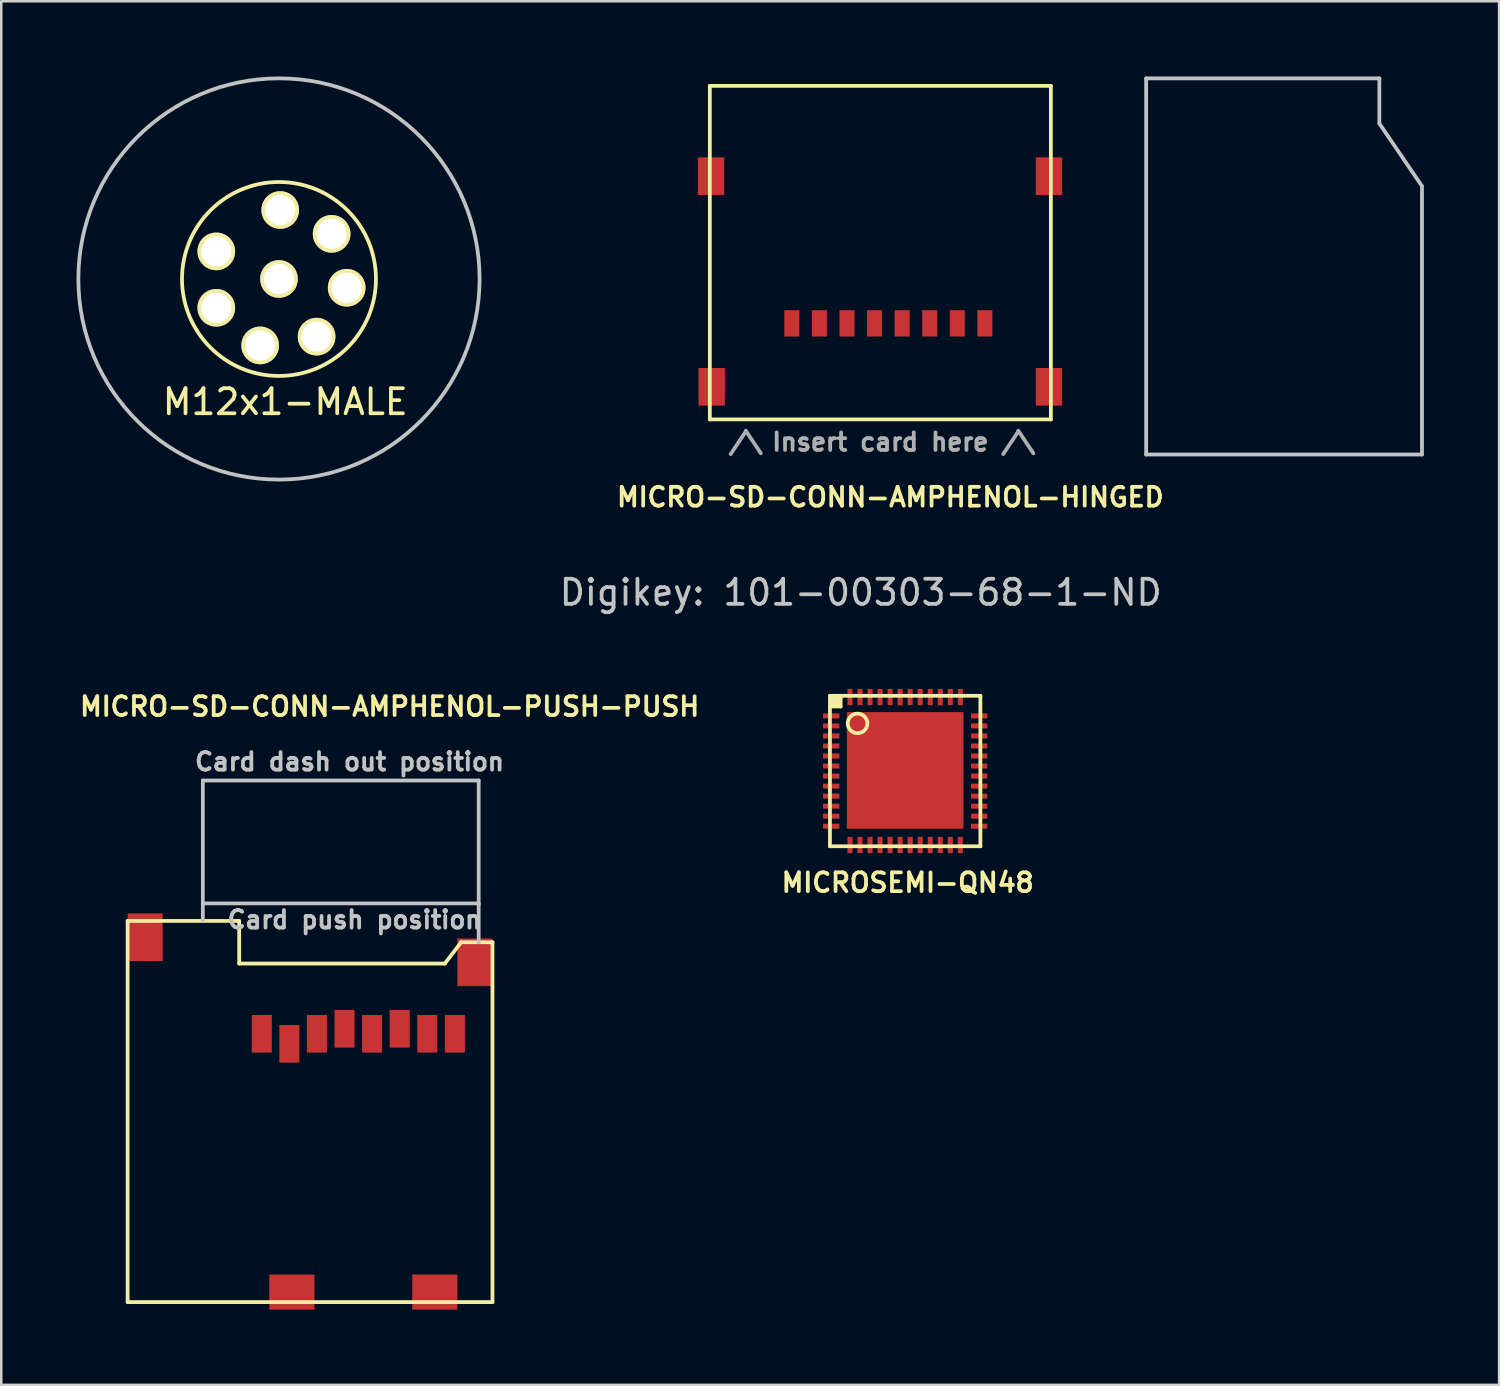
<source format=kicad_pcb>
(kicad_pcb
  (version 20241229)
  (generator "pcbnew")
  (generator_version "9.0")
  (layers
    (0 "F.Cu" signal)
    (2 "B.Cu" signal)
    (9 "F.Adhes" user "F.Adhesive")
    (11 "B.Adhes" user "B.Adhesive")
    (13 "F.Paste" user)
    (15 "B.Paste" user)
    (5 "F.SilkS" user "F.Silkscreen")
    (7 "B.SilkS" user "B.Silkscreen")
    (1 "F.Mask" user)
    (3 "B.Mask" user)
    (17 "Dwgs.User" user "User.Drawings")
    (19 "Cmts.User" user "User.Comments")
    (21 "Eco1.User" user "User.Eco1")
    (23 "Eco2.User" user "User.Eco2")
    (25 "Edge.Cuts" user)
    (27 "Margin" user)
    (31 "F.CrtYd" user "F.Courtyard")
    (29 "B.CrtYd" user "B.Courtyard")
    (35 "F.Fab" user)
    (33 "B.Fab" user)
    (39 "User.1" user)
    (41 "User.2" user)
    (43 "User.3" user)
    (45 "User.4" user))
  (footprint "M12x1-MALE"
    (layer "F.Cu")
    (at 8.075 8.075)
    (property "Reference" "M12x1-MALE" (at 0.25 4.9 0) (layer "F.SilkS") (effects (font (size 1 1) (thickness 0.15))))
    (attr through_hole)
    (fp_circle (center 0 0) (end 2.95 2.5) (stroke (width 0.15) (type solid)) (fill no) (layer "F.SilkS"))
    (fp_circle (center 0 0) (end 8 0) (stroke (width 0.15) (type solid)) (fill no) (layer "Dwgs.User"))
    (pad "1" thru_hole circle (at -2.5 -1.1) (size 1.5 1.5) (drill 1.2) (layers "*.Cu" "*.Mask" "F.SilkS"))
    (pad "2" thru_hole circle (at 0.05 -2.75) (size 1.5 1.5) (drill 1.2) (layers "*.Cu" "*.Mask" "F.SilkS"))
    (pad "3" thru_hole circle (at 2.1 -1.8) (size 1.5 1.5) (drill 1.2) (layers "*.Cu" "*.Mask" "F.SilkS"))
    (pad "5" thru_hole circle (at 1.5 2.3) (size 1.5 1.5) (drill 1.2) (layers "*.Cu" "*.Mask" "F.SilkS"))
    (pad "5" thru_hole circle (at 2.7 0.35) (size 1.5 1.5) (drill 1.2) (layers "*.Cu" "*.Mask" "F.SilkS"))
    (pad "6" thru_hole circle (at -0.75 2.65) (size 1.5 1.5) (drill 1.2) (layers "*.Cu" "*.Mask" "F.SilkS"))
    (pad "7" thru_hole circle (at -2.5 1.15) (size 1.5 1.5) (drill 1.2) (layers "*.Cu" "*.Mask" "F.SilkS"))
    (pad "8" thru_hole circle (at 0 0) (size 1.5 1.5) (drill 1.2) (layers "*.Cu" "*.Mask" "F.SilkS")))
  (footprint "MICROSEMI-QN48"
    (layer "F.Cu")
    (at 33.046 27.698)
    (property "Reference" "MICROSEMI-QN48" (at 0.1 4.45 0) (layer "F.SilkS") (effects (font (size 0.75 0.75) (thickness 0.15))))
    (attr through_hole)
    (fp_line (start -3 -3) (end -3 3) (stroke (width 0.15) (type solid)) (layer "F.SilkS"))
    (fp_line (start -3 -3) (end 3 -3) (stroke (width 0.15) (type solid)) (layer "F.SilkS"))
    (fp_line (start -2.95 -2.575) (end -2.575 -2.575) (stroke (width 0.15) (type solid)) (layer "F.SilkS"))
    (fp_line (start -2.925 -2.9) (end -2.875 -2.675) (stroke (width 0.15) (type solid)) (layer "F.SilkS"))
    (fp_line (start -2.875 -2.675) (end -2.675 -2.7) (stroke (width 0.15) (type solid)) (layer "F.SilkS"))
    (fp_line (start -2.675 -2.825) (end -2.8 -2.775) (stroke (width 0.15) (type solid)) (layer "F.SilkS"))
    (fp_line (start -2.675 -2.7) (end -2.675 -2.825) (stroke (width 0.15) (type solid)) (layer "F.SilkS"))
    (fp_line (start -2.575 -2.9) (end -2.925 -2.9) (stroke (width 0.15) (type solid)) (layer "F.SilkS"))
    (fp_line (start -2.575 -2.575) (end -2.575 -2.9) (stroke (width 0.15) (type solid)) (layer "F.SilkS"))
    (fp_line (start 3 3) (end -3 3) (stroke (width 0.15) (type solid)) (layer "F.SilkS"))
    (fp_line (start 3 3) (end 3 -3) (stroke (width 0.15) (type solid)) (layer "F.SilkS"))
    (fp_circle (center -1.9 -1.9) (end -1.6 -1.65) (stroke (width 0.15) (type solid)) (fill no) (layer "F.SilkS"))
    (pad "1" smd rect (at -2.95 -2.2) (size 0.65 0.2) (layers "F.Cu" "F.Mask" "F.Paste"))
    (pad "2" smd rect (at -2.95 -1.8) (size 0.65 0.2) (layers "F.Cu" "F.Mask" "F.Paste"))
    (pad "3" smd rect (at -2.95 -1.4) (size 0.65 0.2) (layers "F.Cu" "F.Mask" "F.Paste"))
    (pad "4" smd rect (at -2.95 -1) (size 0.65 0.2) (layers "F.Cu" "F.Mask" "F.Paste"))
    (pad "5" smd rect (at -2.95 -0.6) (size 0.65 0.2) (layers "F.Cu" "F.Mask" "F.Paste"))
    (pad "6" smd rect (at -2.95 -0.2) (size 0.65 0.2) (layers "F.Cu" "F.Mask" "F.Paste"))
    (pad "7" smd rect (at -2.95 0.2) (size 0.65 0.2) (layers "F.Cu" "F.Mask" "F.Paste"))
    (pad "8" smd rect (at -2.95 0.6) (size 0.65 0.2) (layers "F.Cu" "F.Mask" "F.Paste"))
    (pad "9" smd rect (at -2.95 1) (size 0.65 0.2) (layers "F.Cu" "F.Mask" "F.Paste"))
    (pad "10" smd rect (at -2.95 1.4) (size 0.65 0.2) (layers "F.Cu" "F.Mask" "F.Paste"))
    (pad "11" smd rect (at -2.95 1.8) (size 0.65 0.2) (layers "F.Cu" "F.Mask" "F.Paste"))
    (pad "12" smd rect (at -2.95 2.2) (size 0.65 0.2) (layers "F.Cu" "F.Mask" "F.Paste"))
    (pad "13" smd rect (at -2.2 2.95) (size 0.2 0.65) (layers "F.Cu" "F.Mask" "F.Paste"))
    (pad "14" smd rect (at -1.8 2.95) (size 0.2 0.65) (layers "F.Cu" "F.Mask" "F.Paste"))
    (pad "15" smd rect (at -1.4 2.95) (size 0.2 0.65) (layers "F.Cu" "F.Mask" "F.Paste"))
    (pad "16" smd rect (at -1 2.95) (size 0.2 0.65) (layers "F.Cu" "F.Mask" "F.Paste"))
    (pad "17" smd rect (at -0.6 2.95) (size 0.2 0.65) (layers "F.Cu" "F.Mask" "F.Paste"))
    (pad "18" smd rect (at -0.2 2.95) (size 0.2 0.65) (layers "F.Cu" "F.Mask" "F.Paste"))
    (pad "19" smd rect (at 0.2 2.95) (size 0.2 0.65) (layers "F.Cu" "F.Mask" "F.Paste"))
    (pad "20" smd rect (at 0.6 2.95) (size 0.2 0.65) (layers "F.Cu" "F.Mask" "F.Paste"))
    (pad "21" smd rect (at 1 2.95) (size 0.2 0.65) (layers "F.Cu" "F.Mask" "F.Paste"))
    (pad "22" smd rect (at 1.4 2.95) (size 0.2 0.65) (layers "F.Cu" "F.Mask" "F.Paste"))
    (pad "23" smd rect (at 1.8 2.95) (size 0.2 0.65) (layers "F.Cu" "F.Mask" "F.Paste"))
    (pad "24" smd rect (at 2.2 2.95) (size 0.2 0.65) (layers "F.Cu" "F.Mask" "F.Paste"))
    (pad "25" smd rect (at 2.95 2.2) (size 0.65 0.2) (layers "F.Cu" "F.Mask" "F.Paste"))
    (pad "26" smd rect (at 2.95 1.8) (size 0.65 0.2) (layers "F.Cu" "F.Mask" "F.Paste"))
    (pad "27" smd rect (at 2.95 1.4) (size 0.65 0.2) (layers "F.Cu" "F.Mask" "F.Paste"))
    (pad "28" smd rect (at 2.95 1) (size 0.65 0.2) (layers "F.Cu" "F.Mask" "F.Paste"))
    (pad "29" smd rect (at 2.95 0.6) (size 0.65 0.2) (layers "F.Cu" "F.Mask" "F.Paste"))
    (pad "30" smd rect (at 2.95 0.2) (size 0.65 0.2) (layers "F.Cu" "F.Mask" "F.Paste"))
    (pad "31" smd rect (at 2.95 -0.2) (size 0.65 0.2) (layers "F.Cu" "F.Mask" "F.Paste"))
    (pad "32" smd rect (at 2.95 -0.6) (size 0.65 0.2) (layers "F.Cu" "F.Mask" "F.Paste"))
    (pad "33" smd rect (at 2.95 -1) (size 0.65 0.2) (layers "F.Cu" "F.Mask" "F.Paste"))
    (pad "34" smd rect (at 2.95 -1.4) (size 0.65 0.2) (layers "F.Cu" "F.Mask" "F.Paste"))
    (pad "35" smd rect (at 2.95 -1.8) (size 0.65 0.2) (layers "F.Cu" "F.Mask" "F.Paste"))
    (pad "36" smd rect (at 2.95 -2.2) (size 0.65 0.2) (layers "F.Cu" "F.Mask" "F.Paste"))
    (pad "37" smd rect (at 2.2 -2.95) (size 0.2 0.65) (layers "F.Cu" "F.Mask" "F.Paste"))
    (pad "38" smd rect (at 1.8 -2.95) (size 0.2 0.65) (layers "F.Cu" "F.Mask" "F.Paste"))
    (pad "39" smd rect (at 1.4 -2.95) (size 0.2 0.65) (layers "F.Cu" "F.Mask" "F.Paste"))
    (pad "40" smd rect (at 1 -2.95) (size 0.2 0.65) (layers "F.Cu" "F.Mask" "F.Paste"))
    (pad "41" smd rect (at 0.6 -2.95) (size 0.2 0.65) (layers "F.Cu" "F.Mask" "F.Paste"))
    (pad "42" smd rect (at 0.2 -2.95) (size 0.2 0.65) (layers "F.Cu" "F.Mask" "F.Paste"))
    (pad "43" smd rect (at -0.2 -2.95) (size 0.2 0.65) (layers "F.Cu" "F.Mask" "F.Paste"))
    (pad "44" smd rect (at -0.6 -2.95) (size 0.2 0.65) (layers "F.Cu" "F.Mask" "F.Paste"))
    (pad "45" smd rect (at -1 -2.95) (size 0.2 0.65) (layers "F.Cu" "F.Mask" "F.Paste"))
    (pad "46" smd rect (at -1.4 -2.95) (size 0.2 0.65) (layers "F.Cu" "F.Mask" "F.Paste"))
    (pad "47" smd rect (at -1.8 -2.95) (size 0.2 0.65) (layers "F.Cu" "F.Mask" "F.Paste"))
    (pad "48" smd rect (at -2.2 -2.95) (size 0.2 0.65) (layers "F.Cu" "F.Mask" "F.Paste"))
    (pad "49" smd rect (at 0 -0.025) (size 4.65 4.65) (layers "F.Cu" "F.Mask" "F.Paste")))
  (footprint "MICRO-SD-CONN-AMPHENOL-HINGED"
    (layer "F.Cu")
    (at 32.056 12.375)
    (property "Reference" "MICRO-SD-CONN-AMPHENOL-HINGED" (at 0.4 4.4 0) (layer "F.SilkS") (effects (font (size 0.75 0.75) (thickness 0.15))))
    (attr through_hole)
    (fp_line (start -6.8 1.3) (end -6.8 -12) (stroke (width 0.15) (type solid)) (layer "F.SilkS"))
    (fp_line (start -6.8 1.3) (end 6.8 1.3) (stroke (width 0.15) (type solid)) (layer "F.SilkS"))
    (fp_line (start 6.8 -12) (end -6.8 -12) (stroke (width 0.15) (type solid)) (layer "F.SilkS"))
    (fp_line (start 6.8 -12) (end 6.8 1.3) (stroke (width 0.15) (type solid)) (layer "F.SilkS"))
    (fp_line (start 10.6 -12.3) (end 19.9 -12.3) (stroke (width 0.15) (type solid)) (layer "Dwgs.User"))
    (fp_line (start 10.6 2.7) (end 10.6 -12.3) (stroke (width 0.15) (type solid)) (layer "Dwgs.User"))
    (fp_line (start 19.9 -12.3) (end 19.9 -10.5) (stroke (width 0.15) (type solid)) (layer "Dwgs.User"))
    (fp_line (start 19.9 -10.5) (end 21.6 -8) (stroke (width 0.15) (type solid)) (layer "Dwgs.User"))
    (fp_line (start 21.6 -8) (end 21.6 2.7) (stroke (width 0.15) (type solid)) (layer "Dwgs.User"))
    (fp_line (start 21.6 2.7) (end 10.6 2.7) (stroke (width 0.15) (type solid)) (layer "Dwgs.User"))
    (fp_text user "Digikey: 101-00303-68-1-ND " (at -0.4 8.2 0) (layer "Dwgs.User") (effects (font (size 1 1) (thickness 0.15))))
    (fp_text user "/\\ Insert card here /\\" (at 0 2.2 0) (layer "F.Fab") (effects (font (size 0.7 0.7) (thickness 0.15))))
    (pad "1" smd rect (at 4.17 -2.53) (size 0.6 1.05) (layers "F.Cu" "F.Mask" "F.Paste"))
    (pad "2" smd rect (at 3.07 -2.53) (size 0.6 1.05) (layers "F.Cu" "F.Mask" "F.Paste"))
    (pad "3" smd rect (at 1.97 -2.53) (size 0.6 1.05) (layers "F.Cu" "F.Mask" "F.Paste"))
    (pad "4" smd rect (at 0.87 -2.53) (size 0.6 1.05) (layers "F.Cu" "F.Mask" "F.Paste"))
    (pad "5" smd rect (at -0.23 -2.53) (size 0.6 1.05) (layers "F.Cu" "F.Mask" "F.Paste"))
    (pad "6" smd rect (at -1.33 -2.53) (size 0.6 1.05) (layers "F.Cu" "F.Mask" "F.Paste"))
    (pad "7" smd rect (at -2.43 -2.53) (size 0.6 1.05) (layers "F.Cu" "F.Mask" "F.Paste"))
    (pad "8" smd rect (at -3.53 -2.53) (size 0.6 1.05) (layers "F.Cu" "F.Mask" "F.Paste"))
    (pad "9" smd rect (at -6.75 -8.4) (size 1.05 1.5) (layers "F.Cu" "F.Mask" "F.Paste"))
    (pad "9" smd rect (at -6.725 0) (size 1.05 1.5) (layers "F.Cu" "F.Mask" "F.Paste"))
    (pad "9" smd rect (at 6.725 -8.4) (size 1.05 1.5) (layers "F.Cu" "F.Mask" "F.Paste"))
    (pad "9" smd rect (at 6.725 0) (size 1.05 1.5) (layers "F.Cu" "F.Mask" "F.Paste")))
  (footprint "MICRO-SD-CONN-AMPHENOL-PUSH-PUSH"
    (layer "F.Cu")
    (at 9.289 48.875)
    (property "Reference" "MICRO-SD-CONN-AMPHENOL-PUSH-PUSH" (at 3.2 -23.75 0) (layer "F.SilkS") (effects (font (size 0.75 0.75) (thickness 0.15))))
    (attr through_hole)
    (fp_line (start -7.25 -15.2) (end -2.8 -15.2) (stroke (width 0.15) (type solid)) (layer "F.SilkS"))
    (fp_line (start -7.25 0) (end -7.25 -15.2) (stroke (width 0.15) (type solid)) (layer "F.SilkS"))
    (fp_line (start -2.8 -15.2) (end -2.8 -13.5) (stroke (width 0.15) (type solid)) (layer "F.SilkS"))
    (fp_line (start -2.8 -13.5) (end 5.4 -13.5) (stroke (width 0.15) (type solid)) (layer "F.SilkS"))
    (fp_line (start 5.4 -13.5) (end 6.05 -14.35) (stroke (width 0.15) (type solid)) (layer "F.SilkS"))
    (fp_line (start 6.05 -14.35) (end 7.3 -14.35) (stroke (width 0.15) (type solid)) (layer "F.SilkS"))
    (fp_line (start 7.3 -14.35) (end 7.3 0) (stroke (width 0.15) (type solid)) (layer "F.SilkS"))
    (fp_line (start 7.3 0) (end -7.25 0) (stroke (width 0.15) (type solid)) (layer "F.SilkS"))
    (fp_line (start -4.25 -20.8) (end -4.25 -15.9) (stroke (width 0.15) (type solid)) (layer "Dwgs.User"))
    (fp_line (start -4.25 -15.9) (end 6.75 -15.9) (stroke (width 0.15) (type solid)) (layer "Dwgs.User"))
    (fp_line (start -4.25 -15.2) (end -4.25 -15.9) (stroke (width 0.15) (type solid)) (layer "Dwgs.User"))
    (fp_line (start 6.75 -20.8) (end -4.25 -20.8) (stroke (width 0.15) (type solid)) (layer "Dwgs.User"))
    (fp_line (start 6.75 -20.8) (end 6.75 -15.85) (stroke (width 0.15) (type solid)) (layer "Dwgs.User"))
    (fp_line (start 6.75 -15.9) (end 6.75 -14.35) (stroke (width 0.15) (type solid)) (layer "Dwgs.User"))
    (fp_text user "Card dash out position" (at 1.6 -21.55 0) (layer "Dwgs.User") (effects (font (size 0.7 0.7) (thickness 0.15))))
    (fp_text user "Card push position" (at 1.8 -15.25 0) (layer "Dwgs.User") (effects (font (size 0.7 0.7) (thickness 0.15))))
    (pad "1" smd rect (at -1.9 -10.7) (size 0.8 1.5) (layers "F.Cu" "F.Mask" "F.Paste"))
    (pad "2" smd rect (at -0.8 -10.3) (size 0.8 1.5) (layers "F.Cu" "F.Mask" "F.Paste"))
    (pad "3" smd rect (at 0.3 -10.7) (size 0.8 1.5) (layers "F.Cu" "F.Mask" "F.Paste"))
    (pad "4" smd rect (at 1.4 -10.9) (size 0.8 1.5) (layers "F.Cu" "F.Mask" "F.Paste"))
    (pad "5" smd rect (at 2.5 -10.7) (size 0.8 1.5) (layers "F.Cu" "F.Mask" "F.Paste"))
    (pad "6" smd rect (at 3.6 -10.9) (size 0.8 1.5) (layers "F.Cu" "F.Mask" "F.Paste"))
    (pad "7" smd rect (at 4.7 -10.7) (size 0.8 1.5) (layers "F.Cu" "F.Mask" "F.Paste"))
    (pad "8" smd rect (at 5.8 -10.7) (size 0.8 1.5) (layers "F.Cu" "F.Mask" "F.Paste"))
    (pad "9" smd rect (at 5 -0.4) (size 1.8 1.4) (layers "F.Cu" "F.Mask" "F.Paste"))
    (pad "10" smd rect (at -6.55 -14.55) (size 1.4 1.9) (layers "F.Cu" "F.Mask" "F.Paste"))
    (pad "10" smd rect (at -0.7 -0.4) (size 1.8 1.4) (layers "F.Cu" "F.Mask" "F.Paste"))
    (pad "10" smd rect (at 6.6 -13.55) (size 1.4 1.9) (layers "F.Cu" "F.Mask" "F.Paste")))
  (gr_rect
    (start -3 -3)
    (end 56.731 52.175)
    (stroke (width 0.1) (type default))
    (fill no)
    (layer "Edge.Cuts")))
</source>
